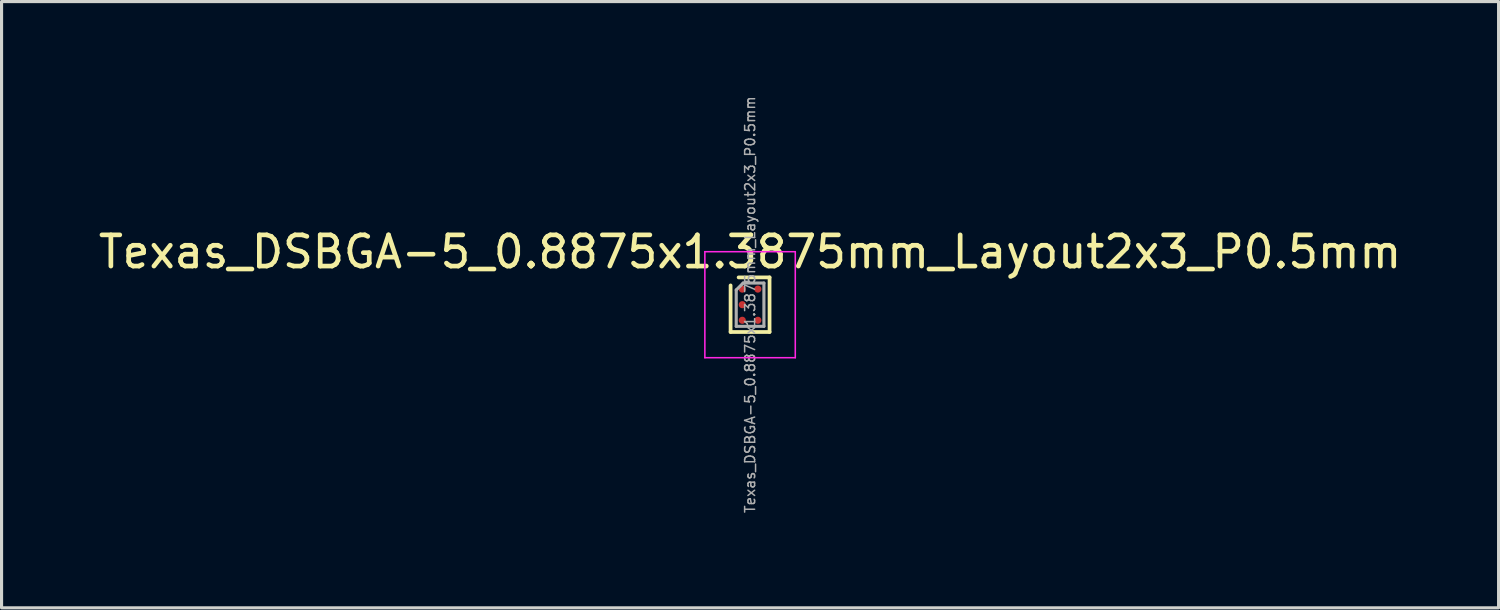
<source format=kicad_pcb>
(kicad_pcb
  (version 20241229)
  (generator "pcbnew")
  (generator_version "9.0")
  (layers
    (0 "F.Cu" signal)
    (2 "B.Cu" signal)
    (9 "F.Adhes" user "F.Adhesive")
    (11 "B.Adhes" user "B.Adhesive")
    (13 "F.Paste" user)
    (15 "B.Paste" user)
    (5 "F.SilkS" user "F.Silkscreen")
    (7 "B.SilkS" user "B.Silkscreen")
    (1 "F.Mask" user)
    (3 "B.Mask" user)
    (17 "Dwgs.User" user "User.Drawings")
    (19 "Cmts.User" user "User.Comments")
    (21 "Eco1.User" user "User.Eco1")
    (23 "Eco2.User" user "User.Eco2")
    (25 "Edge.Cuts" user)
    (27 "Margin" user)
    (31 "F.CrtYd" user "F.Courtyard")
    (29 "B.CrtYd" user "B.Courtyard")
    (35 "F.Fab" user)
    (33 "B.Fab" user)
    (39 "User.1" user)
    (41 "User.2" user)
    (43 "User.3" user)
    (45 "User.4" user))
  (footprint "Texas_DSBGA-5_0.8875x1.3875mm_Layout2x3_P0.5mm"
    (layer "F.Cu")
    (at 21.006 6.722)
    (property "Reference" "Texas_DSBGA-5_0.8875x1.3875mm_Layout2x3_P0.5mm" (at 0 -1.694 0) (layer "F.SilkS") (effects (font (size 1 1) (thickness 0.15))))
    (attr smd)
    (fp_line (start -0.625 0.875) (end -0.625 -0.618) (stroke (width 0.12) (type solid)) (layer "F.SilkS"))
    (fp_line (start -0.367 -0.875) (end 0.625 -0.875) (stroke (width 0.12) (type solid)) (layer "F.SilkS"))
    (fp_line (start 0.625 -0.875) (end 0.625 0.875) (stroke (width 0.12) (type solid)) (layer "F.SilkS"))
    (fp_line (start 0.625 0.875) (end -0.625 0.875) (stroke (width 0.12) (type solid)) (layer "F.SilkS"))
    (fp_line (start -1.45 -1.7) (end -1.45 1.7) (stroke (width 0.05) (type solid)) (layer "F.CrtYd"))
    (fp_line (start -1.45 1.7) (end 1.45 1.7) (stroke (width 0.05) (type solid)) (layer "F.CrtYd"))
    (fp_line (start 1.45 -1.7) (end -1.45 -1.7) (stroke (width 0.05) (type solid)) (layer "F.CrtYd"))
    (fp_line (start 1.45 1.7) (end 1.45 -1.7) (stroke (width 0.05) (type solid)) (layer "F.CrtYd"))
    (fp_line (start -0.444 -0.472) (end -0.222 -0.694) (stroke (width 0.1) (type solid)) (layer "F.Fab"))
    (fp_line (start -0.444 0.694) (end -0.444 -0.472) (stroke (width 0.1) (type solid)) (layer "F.Fab"))
    (fp_line (start -0.222 -0.694) (end 0.444 -0.694) (stroke (width 0.1) (type solid)) (layer "F.Fab"))
    (fp_line (start 0.444 -0.694) (end 0.444 0.694) (stroke (width 0.1) (type solid)) (layer "F.Fab"))
    (fp_line (start 0.444 0.694) (end -0.444 0.694) (stroke (width 0.1) (type solid)) (layer "F.Fab"))
    (fp_text user "${REFERENCE}" (at 0 0 270) (layer "F.Fab") (effects (font (size 0.32 0.32) (thickness 0.048))))
    (pad "A1" smd circle (at -0.25 -0.5) (size 0.23 0.23) (layers "F.Cu" "F.Mask" "F.Paste"))
    (pad "A2" smd circle (at 0.25 -0.5) (size 0.23 0.23) (layers "F.Cu" "F.Mask" "F.Paste"))
    (pad "B1" smd circle (at -0.25 0) (size 0.23 0.23) (layers "F.Cu" "F.Mask" "F.Paste"))
    (pad "C1" smd circle (at -0.25 0.5) (size 0.23 0.23) (layers "F.Cu" "F.Mask" "F.Paste"))
    (pad "C2" smd circle (at 0.25 0.5) (size 0.23 0.23) (layers "F.Cu" "F.Mask" "F.Paste")))
  (gr_rect
    (start -3 -3)
    (end 45.012 16.444)
    (stroke (width 0.1) (type default))
    (fill no)
    (layer "Edge.Cuts")))
</source>
